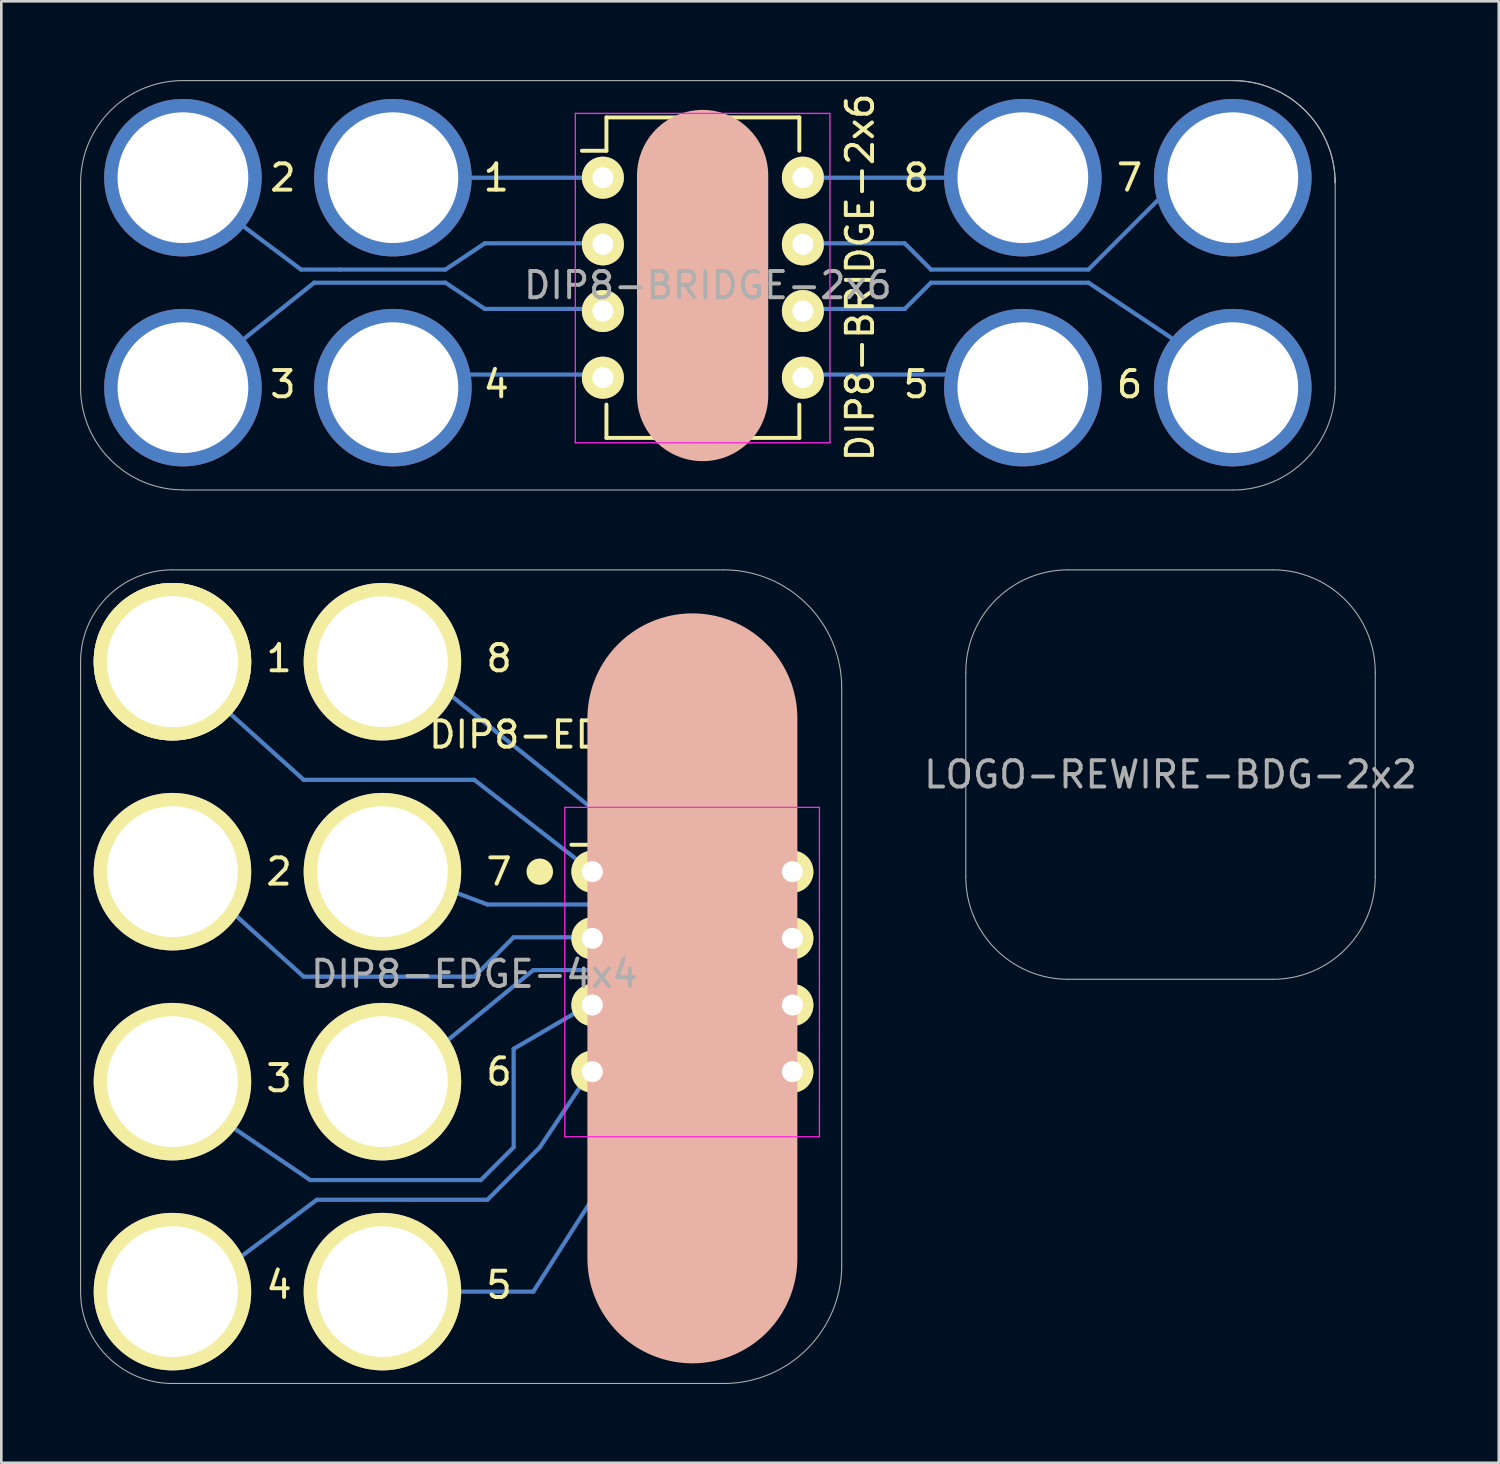
<source format=kicad_pcb>
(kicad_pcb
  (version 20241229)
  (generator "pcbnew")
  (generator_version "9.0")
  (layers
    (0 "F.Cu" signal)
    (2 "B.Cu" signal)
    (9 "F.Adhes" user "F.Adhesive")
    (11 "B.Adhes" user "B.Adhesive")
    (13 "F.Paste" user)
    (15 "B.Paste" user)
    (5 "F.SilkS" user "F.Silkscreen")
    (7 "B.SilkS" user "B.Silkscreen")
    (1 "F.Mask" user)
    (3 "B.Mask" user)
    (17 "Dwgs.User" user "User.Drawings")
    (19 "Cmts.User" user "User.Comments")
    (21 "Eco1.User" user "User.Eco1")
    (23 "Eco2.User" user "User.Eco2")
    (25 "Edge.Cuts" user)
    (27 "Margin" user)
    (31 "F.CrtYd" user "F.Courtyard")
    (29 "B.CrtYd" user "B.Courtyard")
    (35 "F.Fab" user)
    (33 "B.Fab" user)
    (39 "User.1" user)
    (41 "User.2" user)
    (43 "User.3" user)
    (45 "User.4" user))
  (footprint "DIP8-BRIDGE-2x6"
    (layer "F.Cu")
    (at 3.92 11.72)
    (property "Reference" "DIP8-BRIDGE-2x6" (at 25.8 -4.2 90) (layer "F.SilkS") (effects (font (size 1 1) (thickness 0.15))))
    (attr through_hole)
    (fp_line (start 4.5 -4.5) (end 0.5 -7.5) (stroke (width 0.16) (type solid)) (layer "B.Cu"))
    (fp_line (start 5 -4) (end 0 0) (stroke (width 0.16) (type solid)) (layer "B.Cu"))
    (fp_line (start 6 -4.5) (end 4.5 -4.5) (stroke (width 0.16) (type solid)) (layer "B.Cu"))
    (fp_line (start 10 -4.5) (end 6 -4.5) (stroke (width 0.16) (type solid)) (layer "B.Cu"))
    (fp_line (start 10 -4) (end 5 -4) (stroke (width 0.16) (type solid)) (layer "B.Cu"))
    (fp_line (start 11.5 -5.5) (end 10 -4.5) (stroke (width 0.16) (type solid)) (layer "B.Cu"))
    (fp_line (start 11.5 -3) (end 10 -4) (stroke (width 0.16) (type solid)) (layer "B.Cu"))
    (fp_line (start 16 -8) (end 8 -8) (stroke (width 0.16) (type solid)) (layer "B.Cu"))
    (fp_line (start 16 -5.5) (end 11.5 -5.5) (stroke (width 0.16) (type solid)) (layer "B.Cu"))
    (fp_line (start 16 -3) (end 11.5 -3) (stroke (width 0.16) (type solid)) (layer "B.Cu"))
    (fp_line (start 16 -0.5) (end 8 -0.5) (stroke (width 0.16) (type solid)) (layer "B.Cu"))
    (fp_line (start 23.5 -8) (end 32 -8) (stroke (width 0.16) (type solid)) (layer "B.Cu"))
    (fp_line (start 23.5 -3) (end 27.5 -3) (stroke (width 0.16) (type solid)) (layer "B.Cu"))
    (fp_line (start 23.5 -0.5) (end 31.5 -0.5) (stroke (width 0.16) (type solid)) (layer "B.Cu"))
    (fp_line (start 24 -5.5) (end 27.5 -5.5) (stroke (width 0.16) (type solid)) (layer "B.Cu"))
    (fp_line (start 27.5 -5.5) (end 28.5 -4.5) (stroke (width 0.16) (type solid)) (layer "B.Cu"))
    (fp_line (start 27.5 -3) (end 28.5 -4) (stroke (width 0.16) (type solid)) (layer "B.Cu"))
    (fp_line (start 28.5 -4.5) (end 34.5 -4.5) (stroke (width 0.16) (type solid)) (layer "B.Cu"))
    (fp_line (start 28.5 -4) (end 34.5 -4) (stroke (width 0.16) (type solid)) (layer "B.Cu"))
    (fp_line (start 34.5 -4.5) (end 38.5 -8.5) (stroke (width 0.16) (type solid)) (layer "B.Cu"))
    (fp_line (start 34.5 -4) (end 39 -1) (stroke (width 0.16) (type solid)) (layer "B.Cu"))
    (fp_line (start 16.135 -10.295) (end 16.135 -9.025) (stroke (width 0.15) (type solid)) (layer "F.SilkS"))
    (fp_line (start 16.135 -10.295) (end 23.485 -10.295) (stroke (width 0.15) (type solid)) (layer "F.SilkS"))
    (fp_line (start 16.135 -9.025) (end 15.2 -9.025) (stroke (width 0.15) (type solid)) (layer "F.SilkS"))
    (fp_line (start 16.135 1.915) (end 16.135 0.645) (stroke (width 0.15) (type solid)) (layer "F.SilkS"))
    (fp_line (start 16.135 1.915) (end 23.485 1.915) (stroke (width 0.15) (type solid)) (layer "F.SilkS"))
    (fp_line (start 23.485 -10.295) (end 23.485 -9.025) (stroke (width 0.15) (type solid)) (layer "F.SilkS"))
    (fp_line (start 23.485 1.915) (end 23.485 0.645) (stroke (width 0.15) (type solid)) (layer "F.SilkS"))
    (fp_line (start 19.8 -8.082) (end 19.8 0.3) (stroke (width 5) (type solid)) (layer "B.SilkS"))
    (fp_line (start 14.95 -10.45) (end 14.95 2.1) (stroke (width 0.05) (type solid)) (layer "F.CrtYd"))
    (fp_line (start 14.95 -10.45) (end 24.65 -10.45) (stroke (width 0.05) (type solid)) (layer "F.CrtYd"))
    (fp_line (start 14.95 2.1) (end 24.65 2.1) (stroke (width 0.05) (type solid)) (layer "F.CrtYd"))
    (fp_line (start 24.65 -10.45) (end 24.65 2.1) (stroke (width 0.05) (type solid)) (layer "F.CrtYd"))
    (fp_line (start -3.9 -7.8) (end -3.9 0) (stroke (width 0.041) (type solid)) (layer "F.Fab"))
    (fp_line (start 0 3.9) (end 40 3.9) (stroke (width 0.041) (type solid)) (layer "F.Fab"))
    (fp_line (start 40 -11.7) (end 0 -11.7) (stroke (width 0.041) (type solid)) (layer "F.Fab"))
    (fp_line (start 43.9 -8) (end 43.9 0) (stroke (width 0.041) (type solid)) (layer "F.Fab"))
    (fp_arc (start -3.9 -7.800006) (mid -2.760122 -10.555315) (end -0.006807 -11.7) (stroke (width 0.04064) (type solid)) (layer "F.Fab"))
    (fp_arc (start 0 3.893193) (mid -2.755309 2.753315) (end -3.899994 0) (stroke (width 0.04064) (type solid)) (layer "F.Fab"))
    (fp_arc (start 40 -11.7) (mid 42.755309 -10.560122) (end 43.899994 -7.806807) (stroke (width 0.04064) (type solid)) (layer "F.Fab"))
    (fp_arc (start 40 -11.7) (mid 42.755309 -10.560122) (end 43.899994 -7.806807) (stroke (width 0.04064) (type solid)) (layer "F.Fab"))
    (fp_arc (start 43.9 0) (mid 42.760122 2.755309) (end 40.006807 3.899994) (stroke (width 0.04064) (type solid)) (layer "F.Fab"))
    (fp_text user "8" (at 27.938 -8 0) (layer "F.SilkS") (effects (font (size 1 1) (thickness 0.15))))
    (fp_text user "2" (at 3.808 -8 0) (layer "F.SilkS") (effects (font (size 1 1) (thickness 0.15))))
    (fp_text user "3" (at 3.808 -0.126 0) (layer "F.SilkS") (effects (font (size 1 1) (thickness 0.15))))
    (fp_text user "1" (at 11.936 -8 0) (layer "F.SilkS") (effects (font (size 1 1) (thickness 0.15))))
    (fp_text user "7" (at 36.066 -8 0) (layer "F.SilkS") (effects (font (size 1 1) (thickness 0.15))))
    (fp_text user "5" (at 27.938 -0.126 0) (layer "F.SilkS") (effects (font (size 1 1) (thickness 0.15))))
    (fp_text user "4" (at 11.936 -0.126 0) (layer "F.SilkS") (effects (font (size 1 1) (thickness 0.15))))
    (fp_text user "6" (at 36.066 -0.126 0) (layer "F.SilkS") (effects (font (size 1 1) (thickness 0.15))))
    (fp_text user "${REFERENCE}" (at 20 -3.9 0) (layer "F.Fab") (effects (font (size 1 1) (thickness 0.15))))
    (pad "1" thru_hole circle (at 8 -8) (size 6 6) (drill 4.98) (layers "*.Cu" "*.Mask"))
    (pad "1" thru_hole oval (at 16 -8) (size 1.6 1.6) (drill 0.8) (layers "*.Cu" "*.Mask" "F.SilkS"))
    (pad "2" thru_hole circle (at 0 -8) (size 6 6) (drill 4.98) (layers "*.Cu" "*.Mask"))
    (pad "2" thru_hole oval (at 16 -5.46) (size 1.6 1.6) (drill 0.8) (layers "*.Cu" "*.Mask" "F.SilkS"))
    (pad "3" thru_hole circle (at 0 0) (size 6 6) (drill 4.98) (layers "*.Cu" "*.Mask"))
    (pad "3" thru_hole oval (at 16 -2.92) (size 1.6 1.6) (drill 0.8) (layers "*.Cu" "*.Mask" "F.SilkS"))
    (pad "4" thru_hole circle (at 8 0) (size 6 6) (drill 4.98) (layers "*.Cu" "*.Mask"))
    (pad "4" thru_hole oval (at 16 -0.38) (size 1.6 1.6) (drill 0.8) (layers "*.Cu" "*.Mask" "F.SilkS"))
    (pad "5" thru_hole oval (at 23.62 -0.38) (size 1.6 1.6) (drill 0.8) (layers "*.Cu" "*.Mask" "F.SilkS"))
    (pad "5" thru_hole circle (at 32 0) (size 6 6) (drill 4.98) (layers "*.Cu" "*.Mask"))
    (pad "6" thru_hole oval (at 23.62 -2.92) (size 1.6 1.6) (drill 0.8) (layers "*.Cu" "*.Mask" "F.SilkS"))
    (pad "6" thru_hole circle (at 40 0) (size 6 6) (drill 4.98) (layers "*.Cu" "*.Mask"))
    (pad "7" thru_hole oval (at 23.62 -5.46) (size 1.6 1.6) (drill 0.8) (layers "*.Cu" "*.Mask" "F.SilkS"))
    (pad "7" thru_hole circle (at 40 -8) (size 6 6) (drill 4.98) (layers "*.Cu" "*.Mask"))
    (pad "8" thru_hole oval (at 23.62 -8) (size 1.6 1.6) (drill 0.8) (layers "*.Cu" "*.Mask" "F.SilkS"))
    (pad "8" thru_hole circle (at 32 -8) (size 6 6) (drill 4.98) (layers "*.Cu" "*.Mask")))
  (footprint "DIP8-EDGE-4x4"
    (layer "F.Cu")
    (at 3.52 46.161)
    (property "Reference" "DIP8-EDGE-4x4" (at 16 -21.22 0) (layer "F.SilkS") (effects (font (size 1 1) (thickness 0.15))))
    (attr through_hole)
    (fp_line (start -1 -8.5) (end 5.25 -4.25) (stroke (width 0.16) (type solid)) (layer "B.Cu"))
    (fp_line (start -0.5 1) (end 5.5 -3.5) (stroke (width 0.16) (type solid)) (layer "B.Cu"))
    (fp_line (start 0 -24) (end 5 -19.5) (stroke (width 0.16) (type solid)) (layer "B.Cu"))
    (fp_line (start 0 -16.5) (end 5 -12) (stroke (width 0.16) (type solid)) (layer "B.Cu"))
    (fp_line (start 5 -19.5) (end 11.5 -19.5) (stroke (width 0.16) (type solid)) (layer "B.Cu"))
    (fp_line (start 5 -12) (end 11.5 -12) (stroke (width 0.16) (type solid)) (layer "B.Cu"))
    (fp_line (start 5.25 -4.25) (end 11.75 -4.25) (stroke (width 0.16) (type solid)) (layer "B.Cu"))
    (fp_line (start 5.5 -3.5) (end 12 -3.5) (stroke (width 0.16) (type solid)) (layer "B.Cu"))
    (fp_line (start 8 0) (end 13.75 0) (stroke (width 0.16) (type solid)) (layer "B.Cu"))
    (fp_line (start 11.5 -19.5) (end 16 -16) (stroke (width 0.16) (type solid)) (layer "B.Cu"))
    (fp_line (start 11.75 -4.25) (end 13 -5.5) (stroke (width 0.16) (type solid)) (layer "B.Cu"))
    (fp_line (start 12 -14.75) (end 8 -16.25) (stroke (width 0.16) (type solid)) (layer "B.Cu"))
    (fp_line (start 12 -3.5) (end 14 -5.5) (stroke (width 0.16) (type solid)) (layer "B.Cu"))
    (fp_line (start 13 -13.5) (end 11.5 -12) (stroke (width 0.16) (type solid)) (layer "B.Cu"))
    (fp_line (start 13 -9.25) (end 16 -11) (stroke (width 0.16) (type solid)) (layer "B.Cu"))
    (fp_line (start 13 -5.5) (end 13 -9.25) (stroke (width 0.16) (type solid)) (layer "B.Cu"))
    (fp_line (start 13.75 -12.25) (end 8.25 -7.75) (stroke (width 0.16) (type solid)) (layer "B.Cu"))
    (fp_line (start 13.75 0) (end 19 -8.25) (stroke (width 0.16) (type solid)) (layer "B.Cu"))
    (fp_line (start 14 -5.5) (end 16 -8.5) (stroke (width 0.16) (type solid)) (layer "B.Cu"))
    (fp_line (start 16 -13.5) (end 13 -13.5) (stroke (width 0.16) (type solid)) (layer "B.Cu"))
    (fp_line (start 17.75 -14.75) (end 12 -14.75) (stroke (width 0.16) (type solid)) (layer "B.Cu"))
    (fp_line (start 17.75 -12.25) (end 13.75 -12.25) (stroke (width 0.16) (type solid)) (layer "B.Cu"))
    (fp_line (start 18.75 -13.5) (end 17.75 -14.75) (stroke (width 0.16) (type solid)) (layer "B.Cu"))
    (fp_line (start 18.75 -13.5) (end 23.5 -13.5) (stroke (width 0.16) (type solid)) (layer "B.Cu"))
    (fp_line (start 19 -16) (end 9 -24) (stroke (width 0.16) (type solid)) (layer "B.Cu"))
    (fp_line (start 19 -11) (end 17.75 -12.25) (stroke (width 0.16) (type solid)) (layer "B.Cu"))
    (fp_line (start 19 -11) (end 23.75 -11) (stroke (width 0.16) (type solid)) (layer "B.Cu"))
    (fp_line (start 19 -8.25) (end 23.75 -8.25) (stroke (width 0.16) (type solid)) (layer "B.Cu"))
    (fp_line (start 23.5 -16) (end 19 -16) (stroke (width 0.16) (type solid)) (layer "B.Cu"))
    (fp_line (start 14 -16) (end 13.99 -16) (stroke (width 1) (type solid)) (layer "F.SilkS"))
    (fp_line (start 16.135 -18.295) (end 16.135 -17.025) (stroke (width 0.15) (type solid)) (layer "F.SilkS"))
    (fp_line (start 16.135 -18.295) (end 23.485 -18.295) (stroke (width 0.15) (type solid)) (layer "F.SilkS"))
    (fp_line (start 16.135 -17.025) (end 15.2 -17.025) (stroke (width 0.15) (type solid)) (layer "F.SilkS"))
    (fp_line (start 16.135 -6.085) (end 16.135 -7.355) (stroke (width 0.15) (type solid)) (layer "F.SilkS"))
    (fp_line (start 16.135 -6.085) (end 23.485 -6.085) (stroke (width 0.15) (type solid)) (layer "F.SilkS"))
    (fp_line (start 23.485 -18.295) (end 23.485 -17.025) (stroke (width 0.15) (type solid)) (layer "F.SilkS"))
    (fp_line (start 23.485 -6.085) (end 23.485 -7.355) (stroke (width 0.15) (type solid)) (layer "F.SilkS"))
    (fp_line (start 19.81 -1.268) (end 19.81 -21.842) (stroke (width 8) (type solid)) (layer "B.SilkS"))
    (fp_line (start 14.95 -18.45) (end 14.95 -5.9) (stroke (width 0.05) (type solid)) (layer "F.CrtYd"))
    (fp_line (start 14.95 -18.45) (end 24.65 -18.45) (stroke (width 0.05) (type solid)) (layer "F.CrtYd"))
    (fp_line (start 14.95 -5.9) (end 24.65 -5.9) (stroke (width 0.05) (type solid)) (layer "F.CrtYd"))
    (fp_line (start 24.65 -18.45) (end 24.65 -5.9) (stroke (width 0.05) (type solid)) (layer "F.CrtYd"))
    (fp_line (start -3.5 -24) (end -3.5 0) (stroke (width 0.041) (type solid)) (layer "F.Fab"))
    (fp_line (start 0 -27.5) (end 21 -27.5) (stroke (width 0.041) (type solid)) (layer "F.Fab"))
    (fp_line (start 0 3.5) (end 21 3.5) (stroke (width 0.041) (type solid)) (layer "F.Fab"))
    (fp_line (start 25.5 -1) (end 25.5 -23) (stroke (width 0.041) (type solid)) (layer "F.Fab"))
    (fp_arc (start -3.5 -24) (mid -2.477033 -26.472713) (end -0.006109 -27.499995) (stroke (width 0.04064) (type solid)) (layer "F.Fab"))
    (fp_arc (start 0 3.5) (mid -2.474874 2.474874) (end -3.5 0) (stroke (width 0.04064) (type solid)) (layer "F.Fab"))
    (fp_arc (start 21 -27.5) (mid 24.181981 -26.181981) (end 25.5 -23) (stroke (width 0.04064) (type solid)) (layer "F.Fab"))
    (fp_arc (start 25.5 -1) (mid 24.181981 2.181981) (end 21 3.5) (stroke (width 0.04064) (type solid)) (layer "F.Fab"))
    (fp_text user "2" (at 4.062 -16 0) (layer "F.SilkS") (effects (font (size 1 1) (thickness 0.15))))
    (fp_text user "6" (at 12.444 -8.38 0) (layer "F.SilkS") (effects (font (size 1 1) (thickness 0.15))))
    (fp_text user "4" (at 4.062 -0.252 0) (layer "F.SilkS") (effects (font (size 1 1) (thickness 0.15))))
    (fp_text user "1" (at 4.062 -24.128 0) (layer "F.SilkS") (effects (font (size 1 1) (thickness 0.15))))
    (fp_text user "3" (at 4.062 -8.126 0) (layer "F.SilkS") (effects (font (size 1 1) (thickness 0.15))))
    (fp_text user "7" (at 12.444 -16 0) (layer "F.SilkS") (effects (font (size 1 1) (thickness 0.15))))
    (fp_text user "8" (at 12.444 -24.128 0) (layer "F.SilkS") (effects (font (size 1 1) (thickness 0.15))))
    (fp_text user "5" (at 12.444 -0.252 0) (layer "F.SilkS") (effects (font (size 1 1) (thickness 0.15))))
    (fp_text user "${REFERENCE}" (at 11.5 -12.1 0) (layer "F.Fab") (effects (font (size 1 1) (thickness 0.15))))
    (pad "1" thru_hole circle (at 0 -24) (size 6 6) (drill 4.98) (layers "*.Cu" "*.Mask" "F.SilkS"))
    (pad "1" thru_hole circle (at 0 -24) (size 6 6) (drill 4.98) (layers "*.Cu" "*.Mask" "F.SilkS"))
    (pad "1" thru_hole oval (at 16 -16) (size 1.6 1.6) (drill 0.8) (layers "*.Cu" "*.Mask" "F.SilkS"))
    (pad "2" thru_hole circle (at 0 -16) (size 6 6) (drill 4.98) (layers "*.Cu" "*.Mask" "F.SilkS"))
    (pad "2" thru_hole oval (at 16 -13.46) (size 1.6 1.6) (drill 0.8) (layers "*.Cu" "*.Mask" "F.SilkS"))
    (pad "3" thru_hole circle (at 0 -8) (size 6 6) (drill 4.98) (layers "*.Cu" "*.Mask" "F.SilkS"))
    (pad "3" thru_hole oval (at 16 -10.92) (size 1.6 1.6) (drill 0.8) (layers "*.Cu" "*.Mask" "F.SilkS"))
    (pad "4" thru_hole circle (at 0 0) (size 6 6) (drill 4.98) (layers "*.Cu" "*.Mask" "F.SilkS"))
    (pad "4" thru_hole oval (at 16 -8.38) (size 1.6 1.6) (drill 0.8) (layers "*.Cu" "*.Mask" "F.SilkS"))
    (pad "5" thru_hole circle (at 8 0) (size 6 6) (drill 4.98) (layers "*.Cu" "*.Mask" "F.SilkS"))
    (pad "5" thru_hole oval (at 23.62 -8.38) (size 1.6 1.6) (drill 0.8) (layers "*.Cu" "*.Mask" "F.SilkS"))
    (pad "6" thru_hole circle (at 8 -8) (size 6 6) (drill 4.98) (layers "*.Cu" "*.Mask" "F.SilkS"))
    (pad "6" thru_hole oval (at 23.62 -10.92) (size 1.6 1.6) (drill 0.8) (layers "*.Cu" "*.Mask" "F.SilkS"))
    (pad "7" thru_hole circle (at 8 -16) (size 6 6) (drill 4.98) (layers "*.Cu" "*.Mask" "F.SilkS"))
    (pad "7" thru_hole oval (at 23.62 -13.46) (size 1.6 1.6) (drill 0.8) (layers "*.Cu" "*.Mask" "F.SilkS"))
    (pad "8" thru_hole circle (at 8 -24) (size 6 6) (drill 4.98) (layers "*.Cu" "*.Mask" "F.SilkS"))
    (pad "8" thru_hole oval (at 23.62 -16) (size 1.6 1.6) (drill 0.8) (layers "*.Cu" "*.Mask" "F.SilkS")))
  (footprint "LOGO-REWIRE-BDG-2x2"
    (layer "F.Cu")
    (at 41.547 26.461)
    (property "Reference" "LOGO-REWIRE-BDG-2x2" (at 0 0 0) (layer "F.Fab") (effects (font (size 1 1) (thickness 0.15))))
    (attr through_hole)
    (fp_line (start -7.8 3.9) (end -7.8 -3.9) (stroke (width 0.041) (type solid)) (layer "F.Fab"))
    (fp_line (start 3.9 -7.8) (end -3.9 -7.8) (stroke (width 0.041) (type solid)) (layer "F.Fab"))
    (fp_line (start 3.9 7.8) (end -3.9 7.8) (stroke (width 0.041) (type solid)) (layer "F.Fab"))
    (fp_line (start 7.8 3.9) (end 7.8 -3.9) (stroke (width 0.041) (type solid)) (layer "F.Fab"))
    (fp_arc (start -7.8 -3.9) (mid -6.657716 -6.657716) (end -3.9 -7.8) (stroke (width 0.04064) (type solid)) (layer "F.Fab"))
    (fp_arc (start -3.9 7.8) (mid -6.657716 6.657716) (end -7.8 3.9) (stroke (width 0.04064) (type solid)) (layer "F.Fab"))
    (fp_arc (start 3.9 -7.8) (mid 6.657716 -6.657716) (end 7.8 -3.9) (stroke (width 0.04064) (type solid)) (layer "F.Fab"))
    (fp_arc (start 7.8 3.9) (mid 6.657716 6.657716) (end 3.9 7.8) (stroke (width 0.04064) (type solid)) (layer "F.Fab")))
  (gr_rect
    (start -3 -3)
    (end 54.053 52.681)
    (stroke (width 0.1) (type default))
    (fill no)
    (layer "Edge.Cuts")))
</source>
